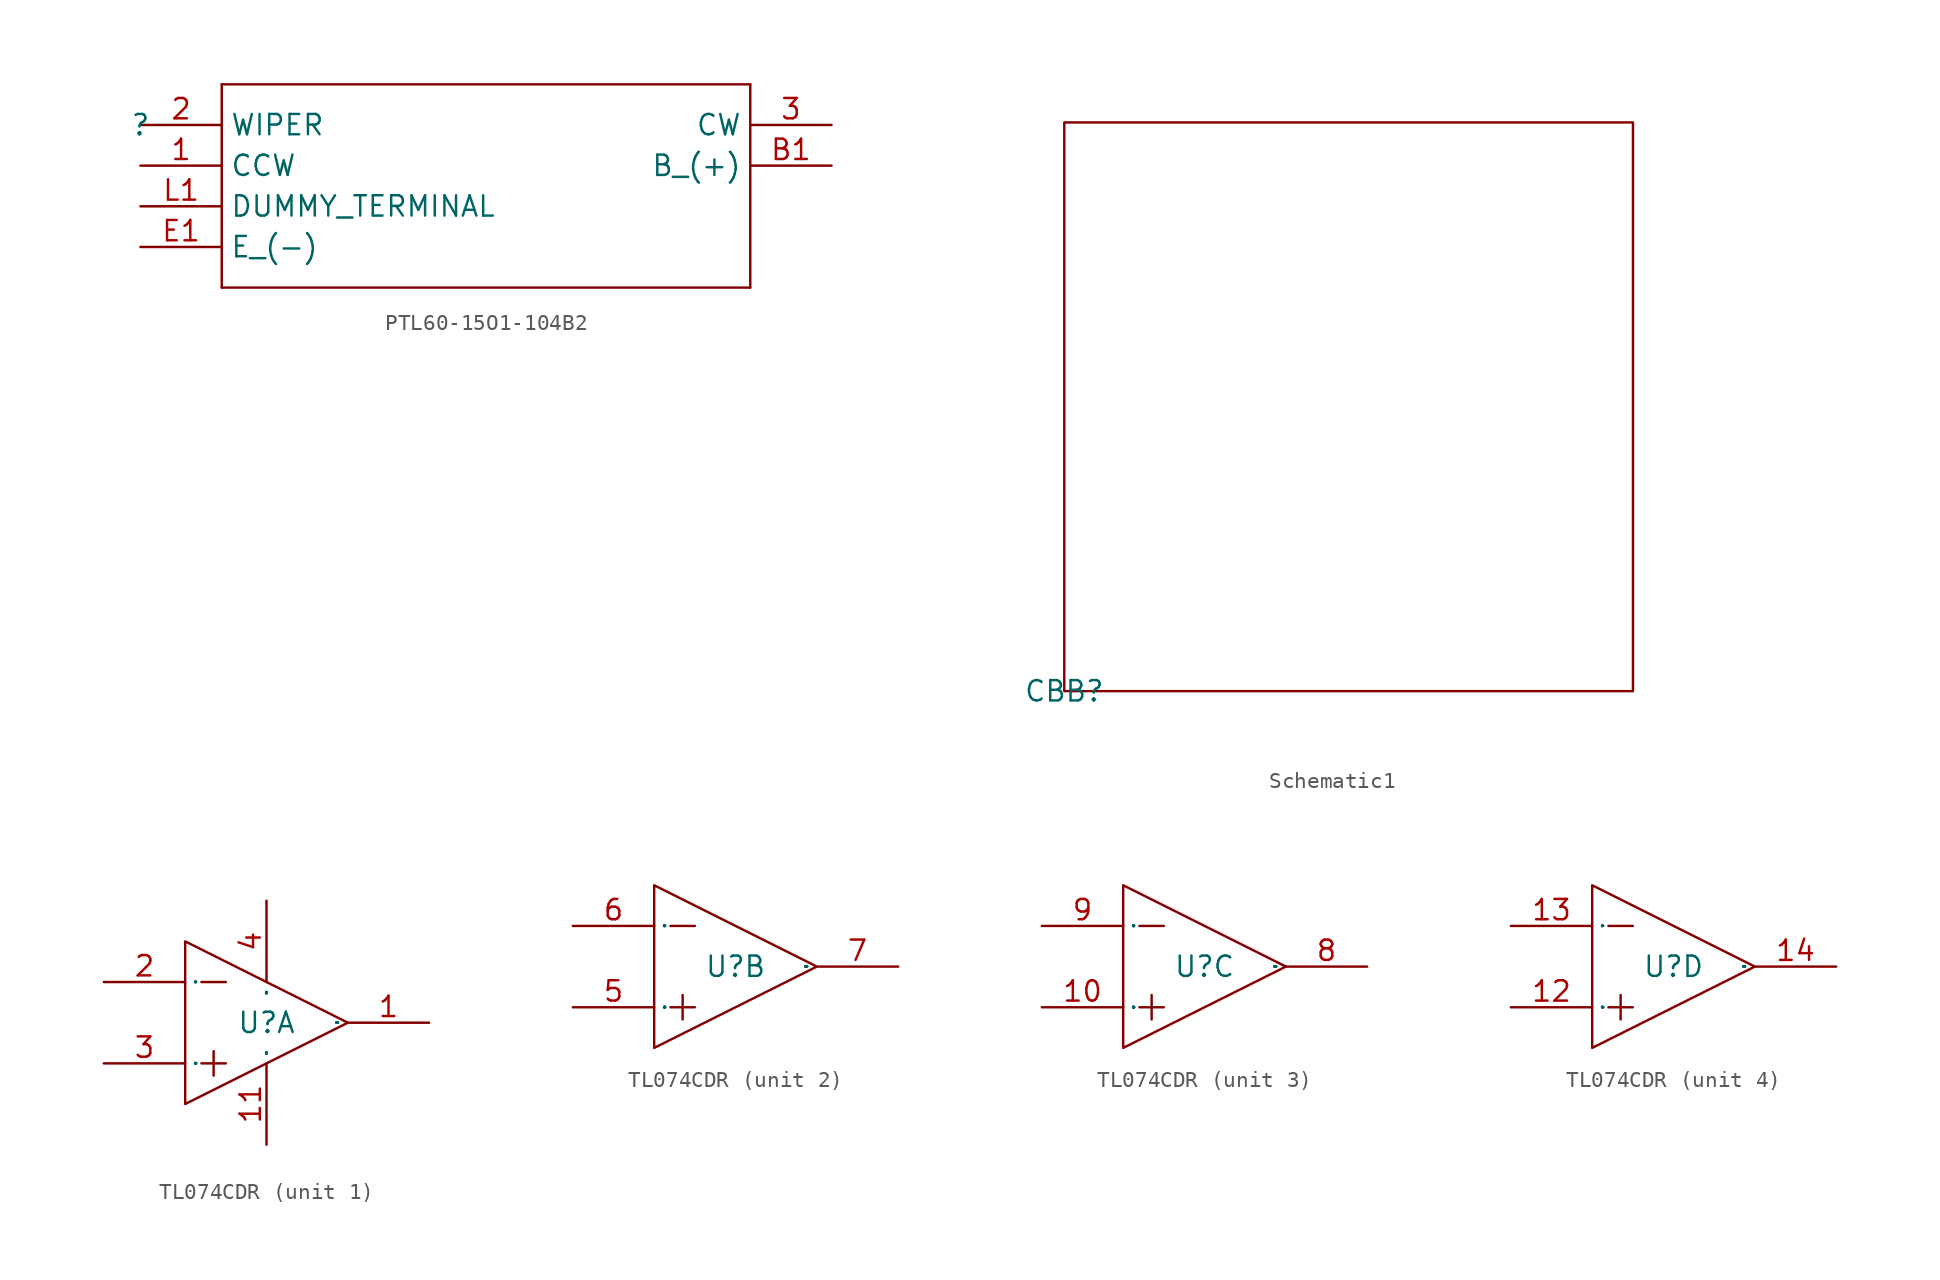
<source format=kicad_sym>
(kicad_symbol_lib
  (version 20231120)
  (generator "kicad_symbol_editor")
  (generator_version "8.0")
  (symbol "PTL60-15O1-104B2"
    (property "Reference" ""
      (at 0 0 0)
      (effects (font (size 1.27 1.27))))
    (property "Value" ""
      (at 0 0 0)
      (effects (font (size 1.27 1.27))))
    (symbol "PTL60-15O1-104B2_1_0"
      (polyline (pts (xy 5.08 2.54) (xy 5.08 -10.16)) (stroke (width 0) (type default)) (fill (type none)))
      (polyline (pts (xy 5.08 2.54) (xy 38.1 2.54)) (stroke (width 0) (type default)) (fill (type none)))
      (polyline (pts (xy 38.1 -10.16) (xy 5.08 -10.16)) (stroke (width 0) (type default)) (fill (type none)))
      (polyline (pts (xy 38.1 -10.16) (xy 38.1 2.54)) (stroke (width 0) (type default)) (fill (type none)))
      (pin bidirectional line (at 0 -2.54 0) (length 5.08) (name "CCW" (effects (font (size 1.27 1.27)))) (number "1" (effects (font (size 1.27 1.27)))))
      (pin bidirectional line (at 0 0 0) (length 5.08) (name "WIPER" (effects (font (size 1.27 1.27)))) (number "2" (effects (font (size 1.27 1.27)))))
      (pin bidirectional line (at 43.18 0 180) (length 5.08) (name "CW" (effects (font (size 1.27 1.27)))) (number "3" (effects (font (size 1.27 1.27)))))
      (pin bidirectional line (at 43.18 -2.54 180) (length 5.08) (name "B_(+)" (effects (font (size 1.27 1.27)))) (number "B1" (effects (font (size 1.27 1.27)))))
      (pin bidirectional line (at 0 -7.62 0) (length 5.08) (name "E_(-)" (effects (font (size 1.27 1.27)))) (number "E1" (effects (font (size 1.27 1.27)))))
      (pin bidirectional line (at 0 -5.08 0) (length 5.08) (name "DUMMY_TERMINAL" (effects (font (size 1.27 1.27)))) (number "L1" (effects (font (size 1.27 1.27)))))))
  (symbol "Schematic1"
    (property "Reference" "CBB"
      (at 0 0 0)
      (effects (font (size 1.27 1.27))))
    (property "Value" ""
      (at 0 0 0)
      (effects (font (size 1.27 1.27))))
    (symbol "Schematic1_1_0"
      (rectangle (start 0 0) (end 35.56 35.56) (stroke (width 0) (type default)) (fill (type none)))))
  (symbol "TL074CDR"
    (property "Reference" "U"
      (at 0 0 0)
      (effects (font (size 1.27 1.27))))
    (property "Value" ""
      (at 0 0 0)
      (effects (font (size 1.27 1.27))))
    (symbol "TL074CDR_1_0"
      (polyline (pts (xy -4.064 -2.54) (xy -2.54 -2.54)) (stroke (width 0) (type default)) (fill (type none)))
      (polyline (pts (xy -4.064 2.54) (xy -2.54 2.54)) (stroke (width 0) (type default)) (fill (type none)))
      (polyline (pts (xy -3.302 -1.778) (xy -3.302 -3.302)) (stroke (width 0) (type default)) (fill (type none)))
      (polyline (pts (xy -5.08 -5.08) (xy 5.08 0) (xy 5.08 0) (xy -5.08 5.08) (xy -5.08 5.08) (xy -5.08 -5.08)) (stroke (width 0) (type default)) (fill (type none)))
      (pin output line (at 10.16 0 180) (length 5.08) (name "OUT1" (effects (font (size 0.025 0.025)))) (number "1" (effects (font (size 1.27 1.27)))))
      (pin unspecified line (at 0 -7.62 90) (length 5.08) (name "VCC-" (effects (font (size 0.025 0.025)))) (number "11" (effects (font (size 1.27 1.27)))))
      (pin unspecified line (at -10.16 2.54 0) (length 5.08) (name "IN1-" (effects (font (size 0.025 0.025)))) (number "2" (effects (font (size 1.27 1.27)))))
      (pin unspecified line (at -10.16 -2.54 0) (length 5.08) (name "IN1+" (effects (font (size 0.025 0.025)))) (number "3" (effects (font (size 1.27 1.27)))))
      (pin unspecified line (at 0 7.62 270) (length 5.08) (name "VCC+" (effects (font (size 0.025 0.025)))) (number "4" (effects (font (size 1.27 1.27))))))
    (symbol "TL074CDR_2_0"
      (polyline (pts (xy -4.064 -2.54) (xy -2.54 -2.54)) (stroke (width 0) (type default)) (fill (type none)))
      (polyline (pts (xy -4.064 2.54) (xy -2.54 2.54)) (stroke (width 0) (type default)) (fill (type none)))
      (polyline (pts (xy -3.302 -1.778) (xy -3.302 -3.302)) (stroke (width 0) (type default)) (fill (type none)))
      (polyline (pts (xy -5.08 -5.08) (xy 5.08 0) (xy 5.08 0) (xy -5.08 5.08) (xy -5.08 5.08) (xy -5.08 -5.08)) (stroke (width 0) (type default)) (fill (type none)))
      (pin unspecified line (at -10.16 -2.54 0) (length 5.08) (name "IN2+" (effects (font (size 0.025 0.025)))) (number "5" (effects (font (size 1.27 1.27)))))
      (pin unspecified line (at -10.16 2.54 0) (length 5.08) (name "IN2-" (effects (font (size 0.025 0.025)))) (number "6" (effects (font (size 1.27 1.27)))))
      (pin output line (at 10.16 0 180) (length 5.08) (name "OUT2" (effects (font (size 0.025 0.025)))) (number "7" (effects (font (size 1.27 1.27))))))
    (symbol "TL074CDR_3_0"
      (polyline (pts (xy -4.064 -2.54) (xy -2.54 -2.54)) (stroke (width 0) (type default)) (fill (type none)))
      (polyline (pts (xy -4.064 2.54) (xy -2.54 2.54)) (stroke (width 0) (type default)) (fill (type none)))
      (polyline (pts (xy -3.302 -1.778) (xy -3.302 -3.302)) (stroke (width 0) (type default)) (fill (type none)))
      (polyline (pts (xy -5.08 -5.08) (xy 5.08 0) (xy 5.08 0) (xy -5.08 5.08) (xy -5.08 5.08) (xy -5.08 -5.08)) (stroke (width 0) (type default)) (fill (type none)))
      (pin unspecified line (at -10.16 -2.54 0) (length 5.08) (name "IN3+" (effects (font (size 0.025 0.025)))) (number "10" (effects (font (size 1.27 1.27)))))
      (pin output line (at 10.16 0 180) (length 5.08) (name "OUT3" (effects (font (size 0.025 0.025)))) (number "8" (effects (font (size 1.27 1.27)))))
      (pin unspecified line (at -10.16 2.54 0) (length 5.08) (name "IN3-" (effects (font (size 0.025 0.025)))) (number "9" (effects (font (size 1.27 1.27))))))
    (symbol "TL074CDR_4_0"
      (polyline (pts (xy -4.064 -2.54) (xy -2.54 -2.54)) (stroke (width 0) (type default)) (fill (type none)))
      (polyline (pts (xy -4.064 2.54) (xy -2.54 2.54)) (stroke (width 0) (type default)) (fill (type none)))
      (polyline (pts (xy -3.302 -1.778) (xy -3.302 -3.302)) (stroke (width 0) (type default)) (fill (type none)))
      (polyline (pts (xy -5.08 -5.08) (xy 5.08 0) (xy 5.08 0) (xy -5.08 5.08) (xy -5.08 5.08) (xy -5.08 -5.08)) (stroke (width 0) (type default)) (fill (type none)))
      (pin unspecified line (at -10.16 -2.54 0) (length 5.08) (name "IN4+" (effects (font (size 0.025 0.025)))) (number "12" (effects (font (size 1.27 1.27)))))
      (pin unspecified line (at -10.16 2.54 0) (length 5.08) (name "IN4-" (effects (font (size 0.025 0.025)))) (number "13" (effects (font (size 1.27 1.27)))))
      (pin output line (at 10.16 0 180) (length 5.08) (name "OUT4" (effects (font (size 0.025 0.025)))) (number "14" (effects (font (size 1.27 1.27))))))))
</source>
